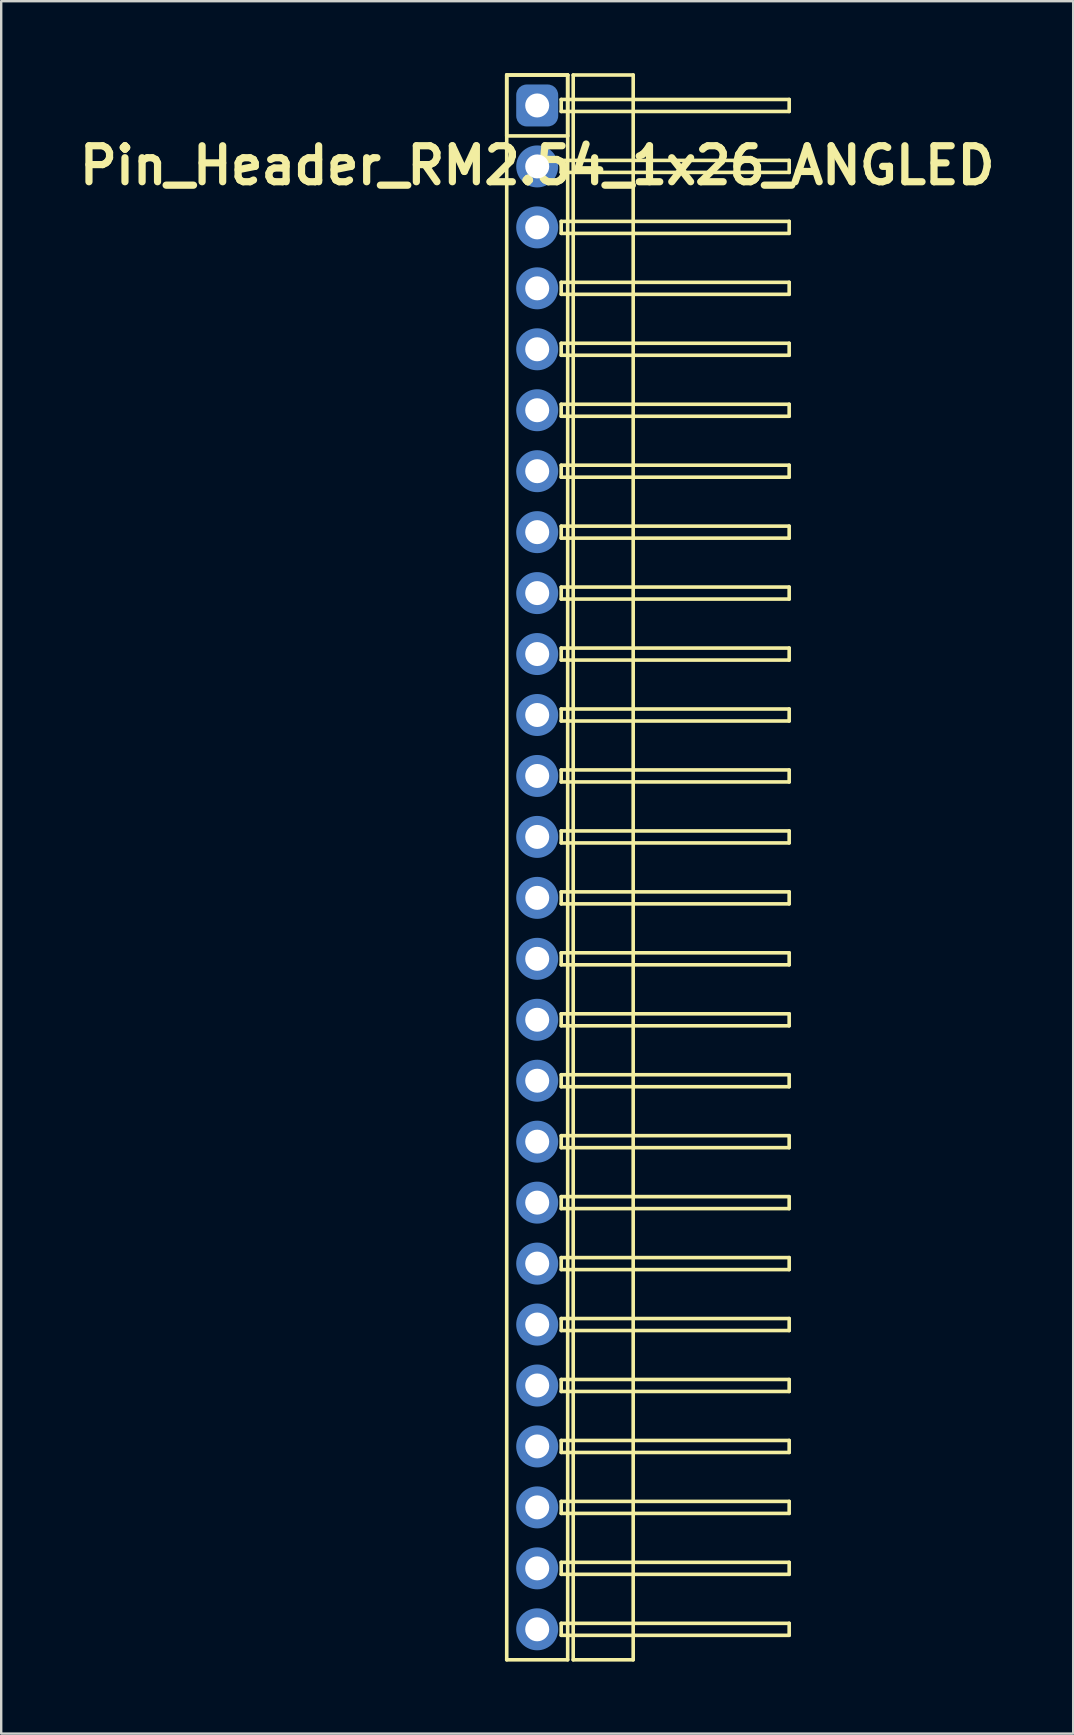
<source format=kicad_pcb>
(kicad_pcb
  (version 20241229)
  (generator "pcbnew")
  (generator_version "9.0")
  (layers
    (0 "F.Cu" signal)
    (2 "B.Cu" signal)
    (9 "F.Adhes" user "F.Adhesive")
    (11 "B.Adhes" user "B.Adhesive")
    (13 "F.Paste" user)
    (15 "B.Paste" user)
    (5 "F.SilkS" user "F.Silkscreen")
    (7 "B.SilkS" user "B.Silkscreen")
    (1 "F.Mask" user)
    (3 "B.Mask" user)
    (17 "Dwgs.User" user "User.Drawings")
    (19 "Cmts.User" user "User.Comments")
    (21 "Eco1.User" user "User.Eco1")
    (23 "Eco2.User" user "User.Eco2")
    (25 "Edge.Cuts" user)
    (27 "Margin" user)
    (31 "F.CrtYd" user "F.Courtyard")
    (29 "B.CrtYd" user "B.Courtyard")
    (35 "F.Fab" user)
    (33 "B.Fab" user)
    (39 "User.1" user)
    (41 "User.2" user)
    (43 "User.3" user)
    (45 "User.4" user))
  (footprint "Pin_Header_RM2.54_1x26_ANGLED"
    (layer "F.Cu")
    (at 19.336 1.345)
    (property "Reference" "Pin_Header_RM2.54_1x26_ANGLED" (at 0 2.5 0) (layer "F.SilkS") (effects (font (size 1.5 1.5) (thickness 0.3))))
    (attr through_hole)
    (fp_line (start -1.27 -1.27) (end 1.27 -1.27) (stroke (width 0.15) (type solid)) (layer "F.SilkS"))
    (fp_line (start -1.27 -1.27) (end 1.27 -1.27) (stroke (width 0.15) (type solid)) (layer "F.SilkS"))
    (fp_line (start -1.27 1.27) (end -1.27 -1.27) (stroke (width 0.15) (type solid)) (layer "F.SilkS"))
    (fp_line (start -1.27 64.77) (end -1.27 -1.27) (stroke (width 0.15) (type solid)) (layer "F.SilkS"))
    (fp_line (start 1 -0.25) (end 10.5 -0.25) (stroke (width 0.15) (type solid)) (layer "F.SilkS"))
    (fp_line (start 1 0.25) (end 1 -0.25) (stroke (width 0.15) (type solid)) (layer "F.SilkS"))
    (fp_line (start 1 2.29) (end 10.5 2.29) (stroke (width 0.15) (type solid)) (layer "F.SilkS"))
    (fp_line (start 1 2.79) (end 1 2.29) (stroke (width 0.15) (type solid)) (layer "F.SilkS"))
    (fp_line (start 1 4.83) (end 10.5 4.83) (stroke (width 0.15) (type solid)) (layer "F.SilkS"))
    (fp_line (start 1 5.33) (end 1 4.83) (stroke (width 0.15) (type solid)) (layer "F.SilkS"))
    (fp_line (start 1 7.37) (end 10.5 7.37) (stroke (width 0.15) (type solid)) (layer "F.SilkS"))
    (fp_line (start 1 7.87) (end 1 7.37) (stroke (width 0.15) (type solid)) (layer "F.SilkS"))
    (fp_line (start 1 9.91) (end 10.5 9.91) (stroke (width 0.15) (type solid)) (layer "F.SilkS"))
    (fp_line (start 1 10.41) (end 1 9.91) (stroke (width 0.15) (type solid)) (layer "F.SilkS"))
    (fp_line (start 1 12.45) (end 10.5 12.45) (stroke (width 0.15) (type solid)) (layer "F.SilkS"))
    (fp_line (start 1 12.95) (end 1 12.45) (stroke (width 0.15) (type solid)) (layer "F.SilkS"))
    (fp_line (start 1 14.99) (end 10.5 14.99) (stroke (width 0.15) (type solid)) (layer "F.SilkS"))
    (fp_line (start 1 15.49) (end 1 14.99) (stroke (width 0.15) (type solid)) (layer "F.SilkS"))
    (fp_line (start 1 17.53) (end 10.5 17.53) (stroke (width 0.15) (type solid)) (layer "F.SilkS"))
    (fp_line (start 1 18.03) (end 1 17.53) (stroke (width 0.15) (type solid)) (layer "F.SilkS"))
    (fp_line (start 1 20.07) (end 10.5 20.07) (stroke (width 0.15) (type solid)) (layer "F.SilkS"))
    (fp_line (start 1 20.57) (end 1 20.07) (stroke (width 0.15) (type solid)) (layer "F.SilkS"))
    (fp_line (start 1 22.61) (end 10.5 22.61) (stroke (width 0.15) (type solid)) (layer "F.SilkS"))
    (fp_line (start 1 23.11) (end 1 22.61) (stroke (width 0.15) (type solid)) (layer "F.SilkS"))
    (fp_line (start 1 25.15) (end 10.5 25.15) (stroke (width 0.15) (type solid)) (layer "F.SilkS"))
    (fp_line (start 1 25.65) (end 1 25.15) (stroke (width 0.15) (type solid)) (layer "F.SilkS"))
    (fp_line (start 1 27.69) (end 10.5 27.69) (stroke (width 0.15) (type solid)) (layer "F.SilkS"))
    (fp_line (start 1 28.19) (end 1 27.69) (stroke (width 0.15) (type solid)) (layer "F.SilkS"))
    (fp_line (start 1 30.23) (end 10.5 30.23) (stroke (width 0.15) (type solid)) (layer "F.SilkS"))
    (fp_line (start 1 30.73) (end 1 30.23) (stroke (width 0.15) (type solid)) (layer "F.SilkS"))
    (fp_line (start 1 32.77) (end 10.5 32.77) (stroke (width 0.15) (type solid)) (layer "F.SilkS"))
    (fp_line (start 1 33.27) (end 1 32.77) (stroke (width 0.15) (type solid)) (layer "F.SilkS"))
    (fp_line (start 1 35.31) (end 10.5 35.31) (stroke (width 0.15) (type solid)) (layer "F.SilkS"))
    (fp_line (start 1 35.81) (end 1 35.31) (stroke (width 0.15) (type solid)) (layer "F.SilkS"))
    (fp_line (start 1 37.85) (end 10.5 37.85) (stroke (width 0.15) (type solid)) (layer "F.SilkS"))
    (fp_line (start 1 38.35) (end 1 37.85) (stroke (width 0.15) (type solid)) (layer "F.SilkS"))
    (fp_line (start 1 40.39) (end 10.5 40.39) (stroke (width 0.15) (type solid)) (layer "F.SilkS"))
    (fp_line (start 1 40.89) (end 1 40.39) (stroke (width 0.15) (type solid)) (layer "F.SilkS"))
    (fp_line (start 1 42.93) (end 10.5 42.93) (stroke (width 0.15) (type solid)) (layer "F.SilkS"))
    (fp_line (start 1 43.43) (end 1 42.93) (stroke (width 0.15) (type solid)) (layer "F.SilkS"))
    (fp_line (start 1 45.47) (end 10.5 45.47) (stroke (width 0.15) (type solid)) (layer "F.SilkS"))
    (fp_line (start 1 45.97) (end 1 45.47) (stroke (width 0.15) (type solid)) (layer "F.SilkS"))
    (fp_line (start 1 48.01) (end 10.5 48.01) (stroke (width 0.15) (type solid)) (layer "F.SilkS"))
    (fp_line (start 1 48.51) (end 1 48.01) (stroke (width 0.15) (type solid)) (layer "F.SilkS"))
    (fp_line (start 1 50.55) (end 10.5 50.55) (stroke (width 0.15) (type solid)) (layer "F.SilkS"))
    (fp_line (start 1 51.05) (end 1 50.55) (stroke (width 0.15) (type solid)) (layer "F.SilkS"))
    (fp_line (start 1 53.09) (end 10.5 53.09) (stroke (width 0.15) (type solid)) (layer "F.SilkS"))
    (fp_line (start 1 53.59) (end 1 53.09) (stroke (width 0.15) (type solid)) (layer "F.SilkS"))
    (fp_line (start 1 55.63) (end 10.5 55.63) (stroke (width 0.15) (type solid)) (layer "F.SilkS"))
    (fp_line (start 1 56.13) (end 1 55.63) (stroke (width 0.15) (type solid)) (layer "F.SilkS"))
    (fp_line (start 1 58.17) (end 10.5 58.17) (stroke (width 0.15) (type solid)) (layer "F.SilkS"))
    (fp_line (start 1 58.67) (end 1 58.17) (stroke (width 0.15) (type solid)) (layer "F.SilkS"))
    (fp_line (start 1 60.71) (end 10.5 60.71) (stroke (width 0.15) (type solid)) (layer "F.SilkS"))
    (fp_line (start 1 61.21) (end 1 60.71) (stroke (width 0.15) (type solid)) (layer "F.SilkS"))
    (fp_line (start 1 63.25) (end 10.5 63.25) (stroke (width 0.15) (type solid)) (layer "F.SilkS"))
    (fp_line (start 1 63.75) (end 1 63.25) (stroke (width 0.15) (type solid)) (layer "F.SilkS"))
    (fp_line (start 1.27 -1.27) (end 1.27 1.27) (stroke (width 0.15) (type solid)) (layer "F.SilkS"))
    (fp_line (start 1.27 -1.27) (end 1.27 64.77) (stroke (width 0.15) (type solid)) (layer "F.SilkS"))
    (fp_line (start 1.27 1.27) (end -1.27 1.27) (stroke (width 0.15) (type solid)) (layer "F.SilkS"))
    (fp_line (start 1.27 64.77) (end -1.27 64.77) (stroke (width 0.15) (type solid)) (layer "F.SilkS"))
    (fp_line (start 1.5 -1.27) (end 4 -1.27) (stroke (width 0.15) (type solid)) (layer "F.SilkS"))
    (fp_line (start 1.5 64.77) (end 1.5 -1.27) (stroke (width 0.15) (type solid)) (layer "F.SilkS"))
    (fp_line (start 4 -1.27) (end 4 64.77) (stroke (width 0.15) (type solid)) (layer "F.SilkS"))
    (fp_line (start 4 64.77) (end 1.5 64.77) (stroke (width 0.15) (type solid)) (layer "F.SilkS"))
    (fp_line (start 10.5 -0.25) (end 10.5 0.25) (stroke (width 0.15) (type solid)) (layer "F.SilkS"))
    (fp_line (start 10.5 0.25) (end 1 0.25) (stroke (width 0.15) (type solid)) (layer "F.SilkS"))
    (fp_line (start 10.5 2.29) (end 10.5 2.79) (stroke (width 0.15) (type solid)) (layer "F.SilkS"))
    (fp_line (start 10.5 2.79) (end 1 2.79) (stroke (width 0.15) (type solid)) (layer "F.SilkS"))
    (fp_line (start 10.5 4.83) (end 10.5 5.33) (stroke (width 0.15) (type solid)) (layer "F.SilkS"))
    (fp_line (start 10.5 5.33) (end 1 5.33) (stroke (width 0.15) (type solid)) (layer "F.SilkS"))
    (fp_line (start 10.5 7.37) (end 10.5 7.87) (stroke (width 0.15) (type solid)) (layer "F.SilkS"))
    (fp_line (start 10.5 7.87) (end 1 7.87) (stroke (width 0.15) (type solid)) (layer "F.SilkS"))
    (fp_line (start 10.5 9.91) (end 10.5 10.41) (stroke (width 0.15) (type solid)) (layer "F.SilkS"))
    (fp_line (start 10.5 10.41) (end 1 10.41) (stroke (width 0.15) (type solid)) (layer "F.SilkS"))
    (fp_line (start 10.5 12.45) (end 10.5 12.95) (stroke (width 0.15) (type solid)) (layer "F.SilkS"))
    (fp_line (start 10.5 12.95) (end 1 12.95) (stroke (width 0.15) (type solid)) (layer "F.SilkS"))
    (fp_line (start 10.5 14.99) (end 10.5 15.49) (stroke (width 0.15) (type solid)) (layer "F.SilkS"))
    (fp_line (start 10.5 15.49) (end 1 15.49) (stroke (width 0.15) (type solid)) (layer "F.SilkS"))
    (fp_line (start 10.5 17.53) (end 10.5 18.03) (stroke (width 0.15) (type solid)) (layer "F.SilkS"))
    (fp_line (start 10.5 18.03) (end 1 18.03) (stroke (width 0.15) (type solid)) (layer "F.SilkS"))
    (fp_line (start 10.5 20.07) (end 10.5 20.57) (stroke (width 0.15) (type solid)) (layer "F.SilkS"))
    (fp_line (start 10.5 20.57) (end 1 20.57) (stroke (width 0.15) (type solid)) (layer "F.SilkS"))
    (fp_line (start 10.5 22.61) (end 10.5 23.11) (stroke (width 0.15) (type solid)) (layer "F.SilkS"))
    (fp_line (start 10.5 23.11) (end 1 23.11) (stroke (width 0.15) (type solid)) (layer "F.SilkS"))
    (fp_line (start 10.5 25.15) (end 10.5 25.65) (stroke (width 0.15) (type solid)) (layer "F.SilkS"))
    (fp_line (start 10.5 25.65) (end 1 25.65) (stroke (width 0.15) (type solid)) (layer "F.SilkS"))
    (fp_line (start 10.5 27.69) (end 10.5 28.19) (stroke (width 0.15) (type solid)) (layer "F.SilkS"))
    (fp_line (start 10.5 28.19) (end 1 28.19) (stroke (width 0.15) (type solid)) (layer "F.SilkS"))
    (fp_line (start 10.5 30.23) (end 10.5 30.73) (stroke (width 0.15) (type solid)) (layer "F.SilkS"))
    (fp_line (start 10.5 30.73) (end 1 30.73) (stroke (width 0.15) (type solid)) (layer "F.SilkS"))
    (fp_line (start 10.5 32.77) (end 10.5 33.27) (stroke (width 0.15) (type solid)) (layer "F.SilkS"))
    (fp_line (start 10.5 33.27) (end 1 33.27) (stroke (width 0.15) (type solid)) (layer "F.SilkS"))
    (fp_line (start 10.5 35.31) (end 10.5 35.81) (stroke (width 0.15) (type solid)) (layer "F.SilkS"))
    (fp_line (start 10.5 35.81) (end 1 35.81) (stroke (width 0.15) (type solid)) (layer "F.SilkS"))
    (fp_line (start 10.5 37.85) (end 10.5 38.35) (stroke (width 0.15) (type solid)) (layer "F.SilkS"))
    (fp_line (start 10.5 38.35) (end 1 38.35) (stroke (width 0.15) (type solid)) (layer "F.SilkS"))
    (fp_line (start 10.5 40.39) (end 10.5 40.89) (stroke (width 0.15) (type solid)) (layer "F.SilkS"))
    (fp_line (start 10.5 40.89) (end 1 40.89) (stroke (width 0.15) (type solid)) (layer "F.SilkS"))
    (fp_line (start 10.5 42.93) (end 10.5 43.43) (stroke (width 0.15) (type solid)) (layer "F.SilkS"))
    (fp_line (start 10.5 43.43) (end 1 43.43) (stroke (width 0.15) (type solid)) (layer "F.SilkS"))
    (fp_line (start 10.5 45.47) (end 10.5 45.97) (stroke (width 0.15) (type solid)) (layer "F.SilkS"))
    (fp_line (start 10.5 45.97) (end 1 45.97) (stroke (width 0.15) (type solid)) (layer "F.SilkS"))
    (fp_line (start 10.5 48.01) (end 10.5 48.51) (stroke (width 0.15) (type solid)) (layer "F.SilkS"))
    (fp_line (start 10.5 48.51) (end 1 48.51) (stroke (width 0.15) (type solid)) (layer "F.SilkS"))
    (fp_line (start 10.5 50.55) (end 10.5 51.05) (stroke (width 0.15) (type solid)) (layer "F.SilkS"))
    (fp_line (start 10.5 51.05) (end 1 51.05) (stroke (width 0.15) (type solid)) (layer "F.SilkS"))
    (fp_line (start 10.5 53.09) (end 10.5 53.59) (stroke (width 0.15) (type solid)) (layer "F.SilkS"))
    (fp_line (start 10.5 53.59) (end 1 53.59) (stroke (width 0.15) (type solid)) (layer "F.SilkS"))
    (fp_line (start 10.5 55.63) (end 10.5 56.13) (stroke (width 0.15) (type solid)) (layer "F.SilkS"))
    (fp_line (start 10.5 56.13) (end 1 56.13) (stroke (width 0.15) (type solid)) (layer "F.SilkS"))
    (fp_line (start 10.5 58.17) (end 10.5 58.67) (stroke (width 0.15) (type solid)) (layer "F.SilkS"))
    (fp_line (start 10.5 58.67) (end 1 58.67) (stroke (width 0.15) (type solid)) (layer "F.SilkS"))
    (fp_line (start 10.5 60.71) (end 10.5 61.21) (stroke (width 0.15) (type solid)) (layer "F.SilkS"))
    (fp_line (start 10.5 61.21) (end 1 61.21) (stroke (width 0.15) (type solid)) (layer "F.SilkS"))
    (fp_line (start 10.5 63.25) (end 10.5 63.75) (stroke (width 0.15) (type solid)) (layer "F.SilkS"))
    (fp_line (start 10.5 63.75) (end 1 63.75) (stroke (width 0.15) (type solid)) (layer "F.SilkS"))
    (pad "1" thru_hole circle (at 0 0) (size 1.3 1.3) (drill 1) (layers "*.Cu" "*.Mask"))
    (pad "1" smd roundrect (at 0 0) (size 1.5 1.5) (layers "F.Cu" "F.Mask") (roundrect_rratio 0.25))
    (pad "1" smd roundrect (at 0 0) (size 1.75 1.75) (layers "B.Cu" "B.Mask") (roundrect_rratio 0.25))
    (pad "2" thru_hole circle (at 0 2.54) (size 1.3 1.3) (drill 1) (layers "*.Cu" "*.Mask"))
    (pad "2" smd circle (at 0 2.54) (size 1.5 1.5) (layers "F.Cu" "F.Mask"))
    (pad "2" smd circle (at 0 2.54) (size 1.75 1.75) (layers "B.Cu" "B.Mask"))
    (pad "3" thru_hole circle (at 0 5.08) (size 1.3 1.3) (drill 1) (layers "*.Cu" "*.Mask"))
    (pad "3" smd circle (at 0 5.08) (size 1.5 1.5) (layers "F.Cu" "F.Mask"))
    (pad "3" smd circle (at 0 5.08) (size 1.75 1.75) (layers "B.Cu" "B.Mask"))
    (pad "4" thru_hole circle (at 0 7.62) (size 1.3 1.3) (drill 1) (layers "*.Cu" "*.Mask"))
    (pad "4" smd circle (at 0 7.62) (size 1.5 1.5) (layers "F.Cu" "F.Mask"))
    (pad "4" smd circle (at 0 7.62) (size 1.75 1.75) (layers "B.Cu" "B.Mask"))
    (pad "5" thru_hole circle (at 0 10.16) (size 1.3 1.3) (drill 1) (layers "*.Cu" "*.Mask"))
    (pad "5" smd circle (at 0 10.16) (size 1.5 1.5) (layers "F.Cu" "F.Mask"))
    (pad "5" smd circle (at 0 10.16) (size 1.75 1.75) (layers "B.Cu" "B.Mask"))
    (pad "6" thru_hole circle (at 0 12.7) (size 1.3 1.3) (drill 1) (layers "*.Cu" "*.Mask"))
    (pad "6" smd circle (at 0 12.7) (size 1.5 1.5) (layers "F.Cu" "F.Mask"))
    (pad "6" smd circle (at 0 12.7) (size 1.75 1.75) (layers "B.Cu" "B.Mask"))
    (pad "7" thru_hole circle (at 0 15.24) (size 1.3 1.3) (drill 1) (layers "*.Cu" "*.Mask"))
    (pad "7" smd circle (at 0 15.24) (size 1.5 1.5) (layers "F.Cu" "F.Mask"))
    (pad "7" smd circle (at 0 15.24) (size 1.75 1.75) (layers "B.Cu" "B.Mask"))
    (pad "8" thru_hole circle (at 0 17.78) (size 1.3 1.3) (drill 1) (layers "*.Cu" "*.Mask"))
    (pad "8" smd circle (at 0 17.78) (size 1.5 1.5) (layers "F.Cu" "F.Mask"))
    (pad "8" smd circle (at 0 17.78) (size 1.75 1.75) (layers "B.Cu" "B.Mask"))
    (pad "9" thru_hole circle (at 0 20.32) (size 1.3 1.3) (drill 1) (layers "*.Cu" "*.Mask"))
    (pad "9" smd circle (at 0 20.32) (size 1.5 1.5) (layers "F.Cu" "F.Mask"))
    (pad "9" smd circle (at 0 20.32) (size 1.75 1.75) (layers "B.Cu" "B.Mask"))
    (pad "10" thru_hole circle (at 0 22.86) (size 1.3 1.3) (drill 1) (layers "*.Cu" "*.Mask"))
    (pad "10" smd circle (at 0 22.86) (size 1.5 1.5) (layers "F.Cu" "F.Mask"))
    (pad "10" smd circle (at 0 22.86) (size 1.75 1.75) (layers "B.Cu" "B.Mask"))
    (pad "11" thru_hole circle (at 0 25.4) (size 1.3 1.3) (drill 1) (layers "*.Cu" "*.Mask"))
    (pad "11" smd circle (at 0 25.4) (size 1.5 1.5) (layers "F.Cu" "F.Mask"))
    (pad "11" smd circle (at 0 25.4) (size 1.75 1.75) (layers "B.Cu" "B.Mask"))
    (pad "12" thru_hole circle (at 0 27.94) (size 1.3 1.3) (drill 1) (layers "*.Cu" "*.Mask"))
    (pad "12" smd circle (at 0 27.94) (size 1.5 1.5) (layers "F.Cu" "F.Mask"))
    (pad "12" smd circle (at 0 27.94) (size 1.75 1.75) (layers "B.Cu" "B.Mask"))
    (pad "13" thru_hole circle (at 0 30.48) (size 1.3 1.3) (drill 1) (layers "*.Cu" "*.Mask"))
    (pad "13" smd circle (at 0 30.48) (size 1.5 1.5) (layers "F.Cu" "F.Mask"))
    (pad "13" smd circle (at 0 30.48) (size 1.75 1.75) (layers "B.Cu" "B.Mask"))
    (pad "14" thru_hole circle (at 0 33.02) (size 1.3 1.3) (drill 1) (layers "*.Cu" "*.Mask"))
    (pad "14" smd circle (at 0 33.02) (size 1.5 1.5) (layers "F.Cu" "F.Mask"))
    (pad "14" smd circle (at 0 33.02) (size 1.75 1.75) (layers "B.Cu" "B.Mask"))
    (pad "15" thru_hole circle (at 0 35.56) (size 1.3 1.3) (drill 1) (layers "*.Cu" "*.Mask"))
    (pad "15" smd circle (at 0 35.56) (size 1.5 1.5) (layers "F.Cu" "F.Mask"))
    (pad "15" smd circle (at 0 35.56) (size 1.75 1.75) (layers "B.Cu" "B.Mask"))
    (pad "16" thru_hole circle (at 0 38.1) (size 1.3 1.3) (drill 1) (layers "*.Cu" "*.Mask"))
    (pad "16" smd circle (at 0 38.1) (size 1.5 1.5) (layers "F.Cu" "F.Mask"))
    (pad "16" smd circle (at 0 38.1) (size 1.75 1.75) (layers "B.Cu" "B.Mask"))
    (pad "17" thru_hole circle (at 0 40.64) (size 1.3 1.3) (drill 1) (layers "*.Cu" "*.Mask"))
    (pad "17" smd circle (at 0 40.64) (size 1.5 1.5) (layers "F.Cu" "F.Mask"))
    (pad "17" smd circle (at 0 40.64) (size 1.75 1.75) (layers "B.Cu" "B.Mask"))
    (pad "18" thru_hole circle (at 0 43.18) (size 1.3 1.3) (drill 1) (layers "*.Cu" "*.Mask"))
    (pad "18" smd circle (at 0 43.18) (size 1.5 1.5) (layers "F.Cu" "F.Mask"))
    (pad "18" smd circle (at 0 43.18) (size 1.75 1.75) (layers "B.Cu" "B.Mask"))
    (pad "19" thru_hole circle (at 0 45.72) (size 1.3 1.3) (drill 1) (layers "*.Cu" "*.Mask"))
    (pad "19" smd circle (at 0 45.72) (size 1.5 1.5) (layers "F.Cu" "F.Mask"))
    (pad "19" smd circle (at 0 45.72) (size 1.75 1.75) (layers "B.Cu" "B.Mask"))
    (pad "20" thru_hole circle (at 0 48.26) (size 1.3 1.3) (drill 1) (layers "*.Cu" "*.Mask"))
    (pad "20" smd circle (at 0 48.26) (size 1.5 1.5) (layers "F.Cu" "F.Mask"))
    (pad "20" smd circle (at 0 48.26) (size 1.75 1.75) (layers "B.Cu" "B.Mask"))
    (pad "21" thru_hole circle (at 0 50.8) (size 1.3 1.3) (drill 1) (layers "*.Cu" "*.Mask"))
    (pad "21" smd circle (at 0 50.8) (size 1.5 1.5) (layers "F.Cu" "F.Mask"))
    (pad "21" smd circle (at 0 50.8) (size 1.75 1.75) (layers "B.Cu" "B.Mask"))
    (pad "22" thru_hole circle (at 0 53.34) (size 1.3 1.3) (drill 1) (layers "*.Cu" "*.Mask"))
    (pad "22" smd circle (at 0 53.34) (size 1.5 1.5) (layers "F.Cu" "F.Mask"))
    (pad "22" smd circle (at 0 53.34) (size 1.75 1.75) (layers "B.Cu" "B.Mask"))
    (pad "23" thru_hole circle (at 0 55.88) (size 1.3 1.3) (drill 1) (layers "*.Cu" "*.Mask"))
    (pad "23" smd circle (at 0 55.88) (size 1.5 1.5) (layers "F.Cu" "F.Mask"))
    (pad "23" smd circle (at 0 55.88) (size 1.75 1.75) (layers "B.Cu" "B.Mask"))
    (pad "24" thru_hole circle (at 0 58.42) (size 1.3 1.3) (drill 1) (layers "*.Cu" "*.Mask"))
    (pad "24" smd circle (at 0 58.42) (size 1.5 1.5) (layers "F.Cu" "F.Mask"))
    (pad "24" smd circle (at 0 58.42) (size 1.75 1.75) (layers "B.Cu" "B.Mask"))
    (pad "25" thru_hole circle (at 0 60.96) (size 1.3 1.3) (drill 1) (layers "*.Cu" "*.Mask"))
    (pad "25" smd circle (at 0 60.96) (size 1.5 1.5) (layers "F.Cu" "F.Mask"))
    (pad "25" smd circle (at 0 60.96) (size 1.75 1.75) (layers "B.Cu" "B.Mask"))
    (pad "26" thru_hole circle (at 0 63.5) (size 1.3 1.3) (drill 1) (layers "*.Cu" "*.Mask"))
    (pad "26" smd circle (at 0 63.5) (size 1.5 1.5) (layers "F.Cu" "F.Mask"))
    (pad "26" smd circle (at 0 63.5) (size 1.75 1.75) (layers "B.Cu" "B.Mask")))
  (gr_rect
    (start -3 -3)
    (end 41.671 69.19)
    (stroke (width 0.1) (type default))
    (fill no)
    (layer "Edge.Cuts")))
</source>
